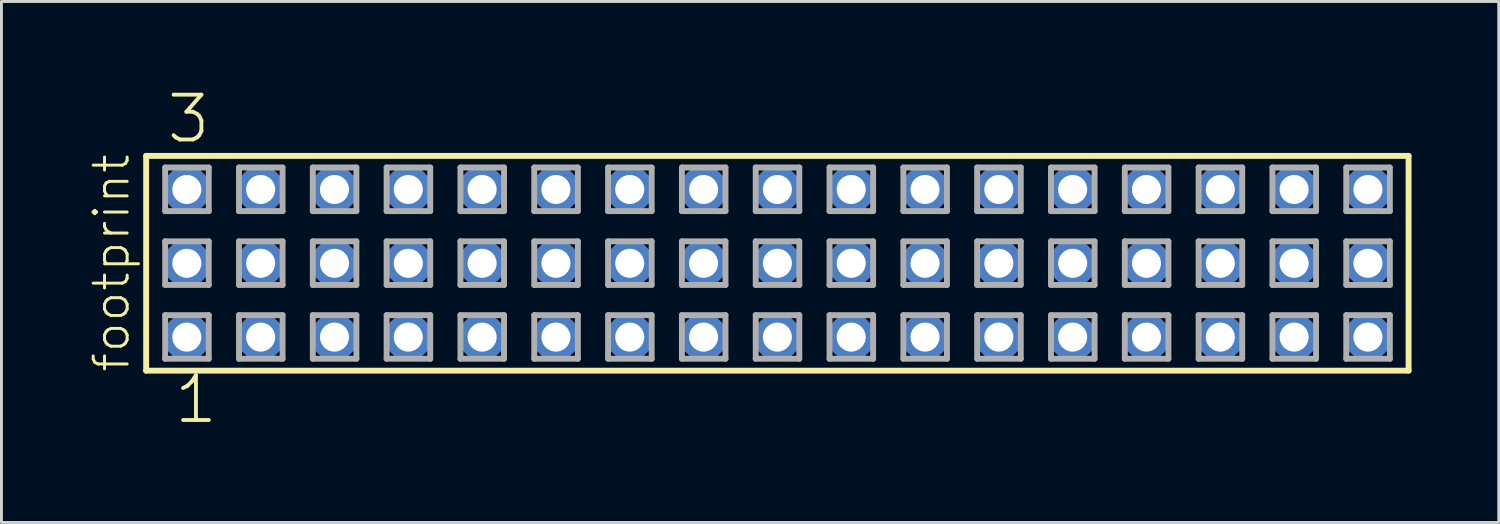
<source format=kicad_pcb>
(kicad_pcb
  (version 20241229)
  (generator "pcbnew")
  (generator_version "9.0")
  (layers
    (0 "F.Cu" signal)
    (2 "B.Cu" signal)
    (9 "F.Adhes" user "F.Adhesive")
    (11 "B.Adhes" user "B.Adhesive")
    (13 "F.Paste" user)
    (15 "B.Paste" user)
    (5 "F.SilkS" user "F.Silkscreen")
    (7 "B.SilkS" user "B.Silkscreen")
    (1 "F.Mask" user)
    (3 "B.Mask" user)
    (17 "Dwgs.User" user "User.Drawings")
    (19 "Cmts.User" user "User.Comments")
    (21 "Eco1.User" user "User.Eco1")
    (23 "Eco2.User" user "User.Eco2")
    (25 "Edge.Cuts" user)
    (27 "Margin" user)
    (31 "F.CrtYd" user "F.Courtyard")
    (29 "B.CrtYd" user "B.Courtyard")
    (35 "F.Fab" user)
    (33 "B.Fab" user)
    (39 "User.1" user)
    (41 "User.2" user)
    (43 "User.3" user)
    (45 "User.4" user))
  (footprint "footprint"
    (layer "F.Cu")
    (at 23.698 6.009)
    (property "Reference" "footprint" (at -22.225 3.81 90) (layer "F.SilkS") (effects (font (size 1.168 1.168) (thickness 0.102)) (justify left bottom)))
    (fp_line (start -21.719 -3.695) (end 21.719 -3.695) (stroke (width 0.203) (type solid)) (layer "F.SilkS"))
    (fp_line (start -21.719 3.695) (end -21.719 -3.695) (stroke (width 0.203) (type solid)) (layer "F.SilkS"))
    (fp_line (start 21.719 -3.695) (end 21.719 3.695) (stroke (width 0.203) (type solid)) (layer "F.SilkS"))
    (fp_line (start 21.719 3.695) (end -21.719 3.695) (stroke (width 0.203) (type solid)) (layer "F.SilkS"))
    (fp_line (start -21.065 -3.295) (end -19.565 -3.295) (stroke (width 0.203) (type solid)) (layer "F.Fab"))
    (fp_line (start -21.065 -1.795) (end -21.065 -3.295) (stroke (width 0.203) (type solid)) (layer "F.Fab"))
    (fp_line (start -21.065 -0.755) (end -19.565 -0.755) (stroke (width 0.203) (type solid)) (layer "F.Fab"))
    (fp_line (start -21.065 0.745) (end -21.065 -0.755) (stroke (width 0.203) (type solid)) (layer "F.Fab"))
    (fp_line (start -21.065 1.785) (end -19.565 1.785) (stroke (width 0.203) (type solid)) (layer "F.Fab"))
    (fp_line (start -21.065 3.285) (end -21.065 1.785) (stroke (width 0.203) (type solid)) (layer "F.Fab"))
    (fp_line (start -19.565 -3.295) (end -19.565 -1.795) (stroke (width 0.203) (type solid)) (layer "F.Fab"))
    (fp_line (start -19.565 -1.795) (end -21.065 -1.795) (stroke (width 0.203) (type solid)) (layer "F.Fab"))
    (fp_line (start -19.565 -0.755) (end -19.565 0.745) (stroke (width 0.203) (type solid)) (layer "F.Fab"))
    (fp_line (start -19.565 0.745) (end -21.065 0.745) (stroke (width 0.203) (type solid)) (layer "F.Fab"))
    (fp_line (start -19.565 1.785) (end -19.565 3.285) (stroke (width 0.203) (type solid)) (layer "F.Fab"))
    (fp_line (start -19.565 3.285) (end -21.065 3.285) (stroke (width 0.203) (type solid)) (layer "F.Fab"))
    (fp_line (start -18.525 -3.295) (end -17.025 -3.295) (stroke (width 0.203) (type solid)) (layer "F.Fab"))
    (fp_line (start -18.525 -1.795) (end -18.525 -3.295) (stroke (width 0.203) (type solid)) (layer "F.Fab"))
    (fp_line (start -18.525 -0.755) (end -17.025 -0.755) (stroke (width 0.203) (type solid)) (layer "F.Fab"))
    (fp_line (start -18.525 0.745) (end -18.525 -0.755) (stroke (width 0.203) (type solid)) (layer "F.Fab"))
    (fp_line (start -18.525 1.785) (end -17.025 1.785) (stroke (width 0.203) (type solid)) (layer "F.Fab"))
    (fp_line (start -18.525 3.285) (end -18.525 1.785) (stroke (width 0.203) (type solid)) (layer "F.Fab"))
    (fp_line (start -17.025 -3.295) (end -17.025 -1.795) (stroke (width 0.203) (type solid)) (layer "F.Fab"))
    (fp_line (start -17.025 -1.795) (end -18.525 -1.795) (stroke (width 0.203) (type solid)) (layer "F.Fab"))
    (fp_line (start -17.025 -0.755) (end -17.025 0.745) (stroke (width 0.203) (type solid)) (layer "F.Fab"))
    (fp_line (start -17.025 0.745) (end -18.525 0.745) (stroke (width 0.203) (type solid)) (layer "F.Fab"))
    (fp_line (start -17.025 1.785) (end -17.025 3.285) (stroke (width 0.203) (type solid)) (layer "F.Fab"))
    (fp_line (start -17.025 3.285) (end -18.525 3.285) (stroke (width 0.203) (type solid)) (layer "F.Fab"))
    (fp_line (start -15.985 -3.295) (end -14.485 -3.295) (stroke (width 0.203) (type solid)) (layer "F.Fab"))
    (fp_line (start -15.985 -1.795) (end -15.985 -3.295) (stroke (width 0.203) (type solid)) (layer "F.Fab"))
    (fp_line (start -15.985 -0.755) (end -14.485 -0.755) (stroke (width 0.203) (type solid)) (layer "F.Fab"))
    (fp_line (start -15.985 0.745) (end -15.985 -0.755) (stroke (width 0.203) (type solid)) (layer "F.Fab"))
    (fp_line (start -15.985 1.785) (end -14.485 1.785) (stroke (width 0.203) (type solid)) (layer "F.Fab"))
    (fp_line (start -15.985 3.285) (end -15.985 1.785) (stroke (width 0.203) (type solid)) (layer "F.Fab"))
    (fp_line (start -14.485 -3.295) (end -14.485 -1.795) (stroke (width 0.203) (type solid)) (layer "F.Fab"))
    (fp_line (start -14.485 -1.795) (end -15.985 -1.795) (stroke (width 0.203) (type solid)) (layer "F.Fab"))
    (fp_line (start -14.485 -0.755) (end -14.485 0.745) (stroke (width 0.203) (type solid)) (layer "F.Fab"))
    (fp_line (start -14.485 0.745) (end -15.985 0.745) (stroke (width 0.203) (type solid)) (layer "F.Fab"))
    (fp_line (start -14.485 1.785) (end -14.485 3.285) (stroke (width 0.203) (type solid)) (layer "F.Fab"))
    (fp_line (start -14.485 3.285) (end -15.985 3.285) (stroke (width 0.203) (type solid)) (layer "F.Fab"))
    (fp_line (start -13.445 -3.295) (end -11.945 -3.295) (stroke (width 0.203) (type solid)) (layer "F.Fab"))
    (fp_line (start -13.445 -1.795) (end -13.445 -3.295) (stroke (width 0.203) (type solid)) (layer "F.Fab"))
    (fp_line (start -13.445 -0.755) (end -11.945 -0.755) (stroke (width 0.203) (type solid)) (layer "F.Fab"))
    (fp_line (start -13.445 0.745) (end -13.445 -0.755) (stroke (width 0.203) (type solid)) (layer "F.Fab"))
    (fp_line (start -13.445 1.785) (end -11.945 1.785) (stroke (width 0.203) (type solid)) (layer "F.Fab"))
    (fp_line (start -13.445 3.285) (end -13.445 1.785) (stroke (width 0.203) (type solid)) (layer "F.Fab"))
    (fp_line (start -11.945 -3.295) (end -11.945 -1.795) (stroke (width 0.203) (type solid)) (layer "F.Fab"))
    (fp_line (start -11.945 -1.795) (end -13.445 -1.795) (stroke (width 0.203) (type solid)) (layer "F.Fab"))
    (fp_line (start -11.945 -0.755) (end -11.945 0.745) (stroke (width 0.203) (type solid)) (layer "F.Fab"))
    (fp_line (start -11.945 0.745) (end -13.445 0.745) (stroke (width 0.203) (type solid)) (layer "F.Fab"))
    (fp_line (start -11.945 1.785) (end -11.945 3.285) (stroke (width 0.203) (type solid)) (layer "F.Fab"))
    (fp_line (start -11.945 3.285) (end -13.445 3.285) (stroke (width 0.203) (type solid)) (layer "F.Fab"))
    (fp_line (start -10.905 -3.295) (end -9.405 -3.295) (stroke (width 0.203) (type solid)) (layer "F.Fab"))
    (fp_line (start -10.905 -1.795) (end -10.905 -3.295) (stroke (width 0.203) (type solid)) (layer "F.Fab"))
    (fp_line (start -10.905 -0.755) (end -9.405 -0.755) (stroke (width 0.203) (type solid)) (layer "F.Fab"))
    (fp_line (start -10.905 0.745) (end -10.905 -0.755) (stroke (width 0.203) (type solid)) (layer "F.Fab"))
    (fp_line (start -10.905 1.785) (end -9.405 1.785) (stroke (width 0.203) (type solid)) (layer "F.Fab"))
    (fp_line (start -10.905 3.285) (end -10.905 1.785) (stroke (width 0.203) (type solid)) (layer "F.Fab"))
    (fp_line (start -9.405 -3.295) (end -9.405 -1.795) (stroke (width 0.203) (type solid)) (layer "F.Fab"))
    (fp_line (start -9.405 -1.795) (end -10.905 -1.795) (stroke (width 0.203) (type solid)) (layer "F.Fab"))
    (fp_line (start -9.405 -0.755) (end -9.405 0.745) (stroke (width 0.203) (type solid)) (layer "F.Fab"))
    (fp_line (start -9.405 0.745) (end -10.905 0.745) (stroke (width 0.203) (type solid)) (layer "F.Fab"))
    (fp_line (start -9.405 1.785) (end -9.405 3.285) (stroke (width 0.203) (type solid)) (layer "F.Fab"))
    (fp_line (start -9.405 3.285) (end -10.905 3.285) (stroke (width 0.203) (type solid)) (layer "F.Fab"))
    (fp_line (start -8.365 -3.295) (end -6.865 -3.295) (stroke (width 0.203) (type solid)) (layer "F.Fab"))
    (fp_line (start -8.365 -1.795) (end -8.365 -3.295) (stroke (width 0.203) (type solid)) (layer "F.Fab"))
    (fp_line (start -8.365 -0.755) (end -6.865 -0.755) (stroke (width 0.203) (type solid)) (layer "F.Fab"))
    (fp_line (start -8.365 0.745) (end -8.365 -0.755) (stroke (width 0.203) (type solid)) (layer "F.Fab"))
    (fp_line (start -8.365 1.785) (end -6.865 1.785) (stroke (width 0.203) (type solid)) (layer "F.Fab"))
    (fp_line (start -8.365 3.285) (end -8.365 1.785) (stroke (width 0.203) (type solid)) (layer "F.Fab"))
    (fp_line (start -6.865 -3.295) (end -6.865 -1.795) (stroke (width 0.203) (type solid)) (layer "F.Fab"))
    (fp_line (start -6.865 -1.795) (end -8.365 -1.795) (stroke (width 0.203) (type solid)) (layer "F.Fab"))
    (fp_line (start -6.865 -0.755) (end -6.865 0.745) (stroke (width 0.203) (type solid)) (layer "F.Fab"))
    (fp_line (start -6.865 0.745) (end -8.365 0.745) (stroke (width 0.203) (type solid)) (layer "F.Fab"))
    (fp_line (start -6.865 1.785) (end -6.865 3.285) (stroke (width 0.203) (type solid)) (layer "F.Fab"))
    (fp_line (start -6.865 3.285) (end -8.365 3.285) (stroke (width 0.203) (type solid)) (layer "F.Fab"))
    (fp_line (start -5.825 -3.295) (end -4.325 -3.295) (stroke (width 0.203) (type solid)) (layer "F.Fab"))
    (fp_line (start -5.825 -1.795) (end -5.825 -3.295) (stroke (width 0.203) (type solid)) (layer "F.Fab"))
    (fp_line (start -5.825 -0.755) (end -4.325 -0.755) (stroke (width 0.203) (type solid)) (layer "F.Fab"))
    (fp_line (start -5.825 0.745) (end -5.825 -0.755) (stroke (width 0.203) (type solid)) (layer "F.Fab"))
    (fp_line (start -5.825 1.785) (end -4.325 1.785) (stroke (width 0.203) (type solid)) (layer "F.Fab"))
    (fp_line (start -5.825 3.285) (end -5.825 1.785) (stroke (width 0.203) (type solid)) (layer "F.Fab"))
    (fp_line (start -4.325 -3.295) (end -4.325 -1.795) (stroke (width 0.203) (type solid)) (layer "F.Fab"))
    (fp_line (start -4.325 -1.795) (end -5.825 -1.795) (stroke (width 0.203) (type solid)) (layer "F.Fab"))
    (fp_line (start -4.325 -0.755) (end -4.325 0.745) (stroke (width 0.203) (type solid)) (layer "F.Fab"))
    (fp_line (start -4.325 0.745) (end -5.825 0.745) (stroke (width 0.203) (type solid)) (layer "F.Fab"))
    (fp_line (start -4.325 1.785) (end -4.325 3.285) (stroke (width 0.203) (type solid)) (layer "F.Fab"))
    (fp_line (start -4.325 3.285) (end -5.825 3.285) (stroke (width 0.203) (type solid)) (layer "F.Fab"))
    (fp_line (start -3.285 -3.295) (end -1.785 -3.295) (stroke (width 0.203) (type solid)) (layer "F.Fab"))
    (fp_line (start -3.285 -1.795) (end -3.285 -3.295) (stroke (width 0.203) (type solid)) (layer "F.Fab"))
    (fp_line (start -3.285 -0.755) (end -1.785 -0.755) (stroke (width 0.203) (type solid)) (layer "F.Fab"))
    (fp_line (start -3.285 0.745) (end -3.285 -0.755) (stroke (width 0.203) (type solid)) (layer "F.Fab"))
    (fp_line (start -3.285 1.785) (end -1.785 1.785) (stroke (width 0.203) (type solid)) (layer "F.Fab"))
    (fp_line (start -3.285 3.285) (end -3.285 1.785) (stroke (width 0.203) (type solid)) (layer "F.Fab"))
    (fp_line (start -1.785 -3.295) (end -1.785 -1.795) (stroke (width 0.203) (type solid)) (layer "F.Fab"))
    (fp_line (start -1.785 -1.795) (end -3.285 -1.795) (stroke (width 0.203) (type solid)) (layer "F.Fab"))
    (fp_line (start -1.785 -0.755) (end -1.785 0.745) (stroke (width 0.203) (type solid)) (layer "F.Fab"))
    (fp_line (start -1.785 0.745) (end -3.285 0.745) (stroke (width 0.203) (type solid)) (layer "F.Fab"))
    (fp_line (start -1.785 1.785) (end -1.785 3.285) (stroke (width 0.203) (type solid)) (layer "F.Fab"))
    (fp_line (start -1.785 3.285) (end -3.285 3.285) (stroke (width 0.203) (type solid)) (layer "F.Fab"))
    (fp_line (start -0.745 -3.295) (end 0.755 -3.295) (stroke (width 0.203) (type solid)) (layer "F.Fab"))
    (fp_line (start -0.745 -1.795) (end -0.745 -3.295) (stroke (width 0.203) (type solid)) (layer "F.Fab"))
    (fp_line (start -0.745 -0.755) (end 0.755 -0.755) (stroke (width 0.203) (type solid)) (layer "F.Fab"))
    (fp_line (start -0.745 0.745) (end -0.745 -0.755) (stroke (width 0.203) (type solid)) (layer "F.Fab"))
    (fp_line (start -0.745 1.785) (end 0.755 1.785) (stroke (width 0.203) (type solid)) (layer "F.Fab"))
    (fp_line (start -0.745 3.285) (end -0.745 1.785) (stroke (width 0.203) (type solid)) (layer "F.Fab"))
    (fp_line (start 0.755 -3.295) (end 0.755 -1.795) (stroke (width 0.203) (type solid)) (layer "F.Fab"))
    (fp_line (start 0.755 -1.795) (end -0.745 -1.795) (stroke (width 0.203) (type solid)) (layer "F.Fab"))
    (fp_line (start 0.755 -0.755) (end 0.755 0.745) (stroke (width 0.203) (type solid)) (layer "F.Fab"))
    (fp_line (start 0.755 0.745) (end -0.745 0.745) (stroke (width 0.203) (type solid)) (layer "F.Fab"))
    (fp_line (start 0.755 1.785) (end 0.755 3.285) (stroke (width 0.203) (type solid)) (layer "F.Fab"))
    (fp_line (start 0.755 3.285) (end -0.745 3.285) (stroke (width 0.203) (type solid)) (layer "F.Fab"))
    (fp_line (start 1.795 -3.295) (end 3.295 -3.295) (stroke (width 0.203) (type solid)) (layer "F.Fab"))
    (fp_line (start 1.795 -1.795) (end 1.795 -3.295) (stroke (width 0.203) (type solid)) (layer "F.Fab"))
    (fp_line (start 1.795 -0.755) (end 3.295 -0.755) (stroke (width 0.203) (type solid)) (layer "F.Fab"))
    (fp_line (start 1.795 0.745) (end 1.795 -0.755) (stroke (width 0.203) (type solid)) (layer "F.Fab"))
    (fp_line (start 1.795 1.785) (end 3.295 1.785) (stroke (width 0.203) (type solid)) (layer "F.Fab"))
    (fp_line (start 1.795 3.285) (end 1.795 1.785) (stroke (width 0.203) (type solid)) (layer "F.Fab"))
    (fp_line (start 3.295 -3.295) (end 3.295 -1.795) (stroke (width 0.203) (type solid)) (layer "F.Fab"))
    (fp_line (start 3.295 -1.795) (end 1.795 -1.795) (stroke (width 0.203) (type solid)) (layer "F.Fab"))
    (fp_line (start 3.295 -0.755) (end 3.295 0.745) (stroke (width 0.203) (type solid)) (layer "F.Fab"))
    (fp_line (start 3.295 0.745) (end 1.795 0.745) (stroke (width 0.203) (type solid)) (layer "F.Fab"))
    (fp_line (start 3.295 1.785) (end 3.295 3.285) (stroke (width 0.203) (type solid)) (layer "F.Fab"))
    (fp_line (start 3.295 3.285) (end 1.795 3.285) (stroke (width 0.203) (type solid)) (layer "F.Fab"))
    (fp_line (start 4.335 -3.295) (end 5.835 -3.295) (stroke (width 0.203) (type solid)) (layer "F.Fab"))
    (fp_line (start 4.335 -1.795) (end 4.335 -3.295) (stroke (width 0.203) (type solid)) (layer "F.Fab"))
    (fp_line (start 4.335 -0.755) (end 5.835 -0.755) (stroke (width 0.203) (type solid)) (layer "F.Fab"))
    (fp_line (start 4.335 0.745) (end 4.335 -0.755) (stroke (width 0.203) (type solid)) (layer "F.Fab"))
    (fp_line (start 4.335 1.785) (end 5.835 1.785) (stroke (width 0.203) (type solid)) (layer "F.Fab"))
    (fp_line (start 4.335 3.285) (end 4.335 1.785) (stroke (width 0.203) (type solid)) (layer "F.Fab"))
    (fp_line (start 5.835 -3.295) (end 5.835 -1.795) (stroke (width 0.203) (type solid)) (layer "F.Fab"))
    (fp_line (start 5.835 -1.795) (end 4.335 -1.795) (stroke (width 0.203) (type solid)) (layer "F.Fab"))
    (fp_line (start 5.835 -0.755) (end 5.835 0.745) (stroke (width 0.203) (type solid)) (layer "F.Fab"))
    (fp_line (start 5.835 0.745) (end 4.335 0.745) (stroke (width 0.203) (type solid)) (layer "F.Fab"))
    (fp_line (start 5.835 1.785) (end 5.835 3.285) (stroke (width 0.203) (type solid)) (layer "F.Fab"))
    (fp_line (start 5.835 3.285) (end 4.335 3.285) (stroke (width 0.203) (type solid)) (layer "F.Fab"))
    (fp_line (start 6.875 -3.295) (end 8.375 -3.295) (stroke (width 0.203) (type solid)) (layer "F.Fab"))
    (fp_line (start 6.875 -1.795) (end 6.875 -3.295) (stroke (width 0.203) (type solid)) (layer "F.Fab"))
    (fp_line (start 6.875 -0.755) (end 8.375 -0.755) (stroke (width 0.203) (type solid)) (layer "F.Fab"))
    (fp_line (start 6.875 0.745) (end 6.875 -0.755) (stroke (width 0.203) (type solid)) (layer "F.Fab"))
    (fp_line (start 6.875 1.785) (end 8.375 1.785) (stroke (width 0.203) (type solid)) (layer "F.Fab"))
    (fp_line (start 6.875 3.285) (end 6.875 1.785) (stroke (width 0.203) (type solid)) (layer "F.Fab"))
    (fp_line (start 8.375 -3.295) (end 8.375 -1.795) (stroke (width 0.203) (type solid)) (layer "F.Fab"))
    (fp_line (start 8.375 -1.795) (end 6.875 -1.795) (stroke (width 0.203) (type solid)) (layer "F.Fab"))
    (fp_line (start 8.375 -0.755) (end 8.375 0.745) (stroke (width 0.203) (type solid)) (layer "F.Fab"))
    (fp_line (start 8.375 0.745) (end 6.875 0.745) (stroke (width 0.203) (type solid)) (layer "F.Fab"))
    (fp_line (start 8.375 1.785) (end 8.375 3.285) (stroke (width 0.203) (type solid)) (layer "F.Fab"))
    (fp_line (start 8.375 3.285) (end 6.875 3.285) (stroke (width 0.203) (type solid)) (layer "F.Fab"))
    (fp_line (start 9.415 -3.295) (end 10.915 -3.295) (stroke (width 0.203) (type solid)) (layer "F.Fab"))
    (fp_line (start 9.415 -1.795) (end 9.415 -3.295) (stroke (width 0.203) (type solid)) (layer "F.Fab"))
    (fp_line (start 9.415 -0.755) (end 10.915 -0.755) (stroke (width 0.203) (type solid)) (layer "F.Fab"))
    (fp_line (start 9.415 0.745) (end 9.415 -0.755) (stroke (width 0.203) (type solid)) (layer "F.Fab"))
    (fp_line (start 9.415 1.785) (end 10.915 1.785) (stroke (width 0.203) (type solid)) (layer "F.Fab"))
    (fp_line (start 9.415 3.285) (end 9.415 1.785) (stroke (width 0.203) (type solid)) (layer "F.Fab"))
    (fp_line (start 10.915 -3.295) (end 10.915 -1.795) (stroke (width 0.203) (type solid)) (layer "F.Fab"))
    (fp_line (start 10.915 -1.795) (end 9.415 -1.795) (stroke (width 0.203) (type solid)) (layer "F.Fab"))
    (fp_line (start 10.915 -0.755) (end 10.915 0.745) (stroke (width 0.203) (type solid)) (layer "F.Fab"))
    (fp_line (start 10.915 0.745) (end 9.415 0.745) (stroke (width 0.203) (type solid)) (layer "F.Fab"))
    (fp_line (start 10.915 1.785) (end 10.915 3.285) (stroke (width 0.203) (type solid)) (layer "F.Fab"))
    (fp_line (start 10.915 3.285) (end 9.415 3.285) (stroke (width 0.203) (type solid)) (layer "F.Fab"))
    (fp_line (start 11.955 -3.295) (end 13.455 -3.295) (stroke (width 0.203) (type solid)) (layer "F.Fab"))
    (fp_line (start 11.955 -1.795) (end 11.955 -3.295) (stroke (width 0.203) (type solid)) (layer "F.Fab"))
    (fp_line (start 11.955 -0.755) (end 13.455 -0.755) (stroke (width 0.203) (type solid)) (layer "F.Fab"))
    (fp_line (start 11.955 0.745) (end 11.955 -0.755) (stroke (width 0.203) (type solid)) (layer "F.Fab"))
    (fp_line (start 11.955 1.785) (end 13.455 1.785) (stroke (width 0.203) (type solid)) (layer "F.Fab"))
    (fp_line (start 11.955 3.285) (end 11.955 1.785) (stroke (width 0.203) (type solid)) (layer "F.Fab"))
    (fp_line (start 13.455 -3.295) (end 13.455 -1.795) (stroke (width 0.203) (type solid)) (layer "F.Fab"))
    (fp_line (start 13.455 -1.795) (end 11.955 -1.795) (stroke (width 0.203) (type solid)) (layer "F.Fab"))
    (fp_line (start 13.455 -0.755) (end 13.455 0.745) (stroke (width 0.203) (type solid)) (layer "F.Fab"))
    (fp_line (start 13.455 0.745) (end 11.955 0.745) (stroke (width 0.203) (type solid)) (layer "F.Fab"))
    (fp_line (start 13.455 1.785) (end 13.455 3.285) (stroke (width 0.203) (type solid)) (layer "F.Fab"))
    (fp_line (start 13.455 3.285) (end 11.955 3.285) (stroke (width 0.203) (type solid)) (layer "F.Fab"))
    (fp_line (start 14.495 -3.295) (end 15.995 -3.295) (stroke (width 0.203) (type solid)) (layer "F.Fab"))
    (fp_line (start 14.495 -1.795) (end 14.495 -3.295) (stroke (width 0.203) (type solid)) (layer "F.Fab"))
    (fp_line (start 14.495 -0.755) (end 15.995 -0.755) (stroke (width 0.203) (type solid)) (layer "F.Fab"))
    (fp_line (start 14.495 0.745) (end 14.495 -0.755) (stroke (width 0.203) (type solid)) (layer "F.Fab"))
    (fp_line (start 14.495 1.785) (end 15.995 1.785) (stroke (width 0.203) (type solid)) (layer "F.Fab"))
    (fp_line (start 14.495 3.285) (end 14.495 1.785) (stroke (width 0.203) (type solid)) (layer "F.Fab"))
    (fp_line (start 15.995 -3.295) (end 15.995 -1.795) (stroke (width 0.203) (type solid)) (layer "F.Fab"))
    (fp_line (start 15.995 -1.795) (end 14.495 -1.795) (stroke (width 0.203) (type solid)) (layer "F.Fab"))
    (fp_line (start 15.995 -0.755) (end 15.995 0.745) (stroke (width 0.203) (type solid)) (layer "F.Fab"))
    (fp_line (start 15.995 0.745) (end 14.495 0.745) (stroke (width 0.203) (type solid)) (layer "F.Fab"))
    (fp_line (start 15.995 1.785) (end 15.995 3.285) (stroke (width 0.203) (type solid)) (layer "F.Fab"))
    (fp_line (start 15.995 3.285) (end 14.495 3.285) (stroke (width 0.203) (type solid)) (layer "F.Fab"))
    (fp_line (start 17.035 -3.295) (end 18.535 -3.295) (stroke (width 0.203) (type solid)) (layer "F.Fab"))
    (fp_line (start 17.035 -1.795) (end 17.035 -3.295) (stroke (width 0.203) (type solid)) (layer "F.Fab"))
    (fp_line (start 17.035 -0.755) (end 18.535 -0.755) (stroke (width 0.203) (type solid)) (layer "F.Fab"))
    (fp_line (start 17.035 0.745) (end 17.035 -0.755) (stroke (width 0.203) (type solid)) (layer "F.Fab"))
    (fp_line (start 17.035 1.785) (end 18.535 1.785) (stroke (width 0.203) (type solid)) (layer "F.Fab"))
    (fp_line (start 17.035 3.285) (end 17.035 1.785) (stroke (width 0.203) (type solid)) (layer "F.Fab"))
    (fp_line (start 18.535 -3.295) (end 18.535 -1.795) (stroke (width 0.203) (type solid)) (layer "F.Fab"))
    (fp_line (start 18.535 -1.795) (end 17.035 -1.795) (stroke (width 0.203) (type solid)) (layer "F.Fab"))
    (fp_line (start 18.535 -0.755) (end 18.535 0.745) (stroke (width 0.203) (type solid)) (layer "F.Fab"))
    (fp_line (start 18.535 0.745) (end 17.035 0.745) (stroke (width 0.203) (type solid)) (layer "F.Fab"))
    (fp_line (start 18.535 1.785) (end 18.535 3.285) (stroke (width 0.203) (type solid)) (layer "F.Fab"))
    (fp_line (start 18.535 3.285) (end 17.035 3.285) (stroke (width 0.203) (type solid)) (layer "F.Fab"))
    (fp_line (start 19.575 -3.295) (end 21.075 -3.295) (stroke (width 0.203) (type solid)) (layer "F.Fab"))
    (fp_line (start 19.575 -1.795) (end 19.575 -3.295) (stroke (width 0.203) (type solid)) (layer "F.Fab"))
    (fp_line (start 19.575 -0.755) (end 21.075 -0.755) (stroke (width 0.203) (type solid)) (layer "F.Fab"))
    (fp_line (start 19.575 0.745) (end 19.575 -0.755) (stroke (width 0.203) (type solid)) (layer "F.Fab"))
    (fp_line (start 19.575 1.785) (end 21.075 1.785) (stroke (width 0.203) (type solid)) (layer "F.Fab"))
    (fp_line (start 19.575 3.285) (end 19.575 1.785) (stroke (width 0.203) (type solid)) (layer "F.Fab"))
    (fp_line (start 21.075 -3.295) (end 21.075 -1.795) (stroke (width 0.203) (type solid)) (layer "F.Fab"))
    (fp_line (start 21.075 -1.795) (end 19.575 -1.795) (stroke (width 0.203) (type solid)) (layer "F.Fab"))
    (fp_line (start 21.075 -0.755) (end 21.075 0.745) (stroke (width 0.203) (type solid)) (layer "F.Fab"))
    (fp_line (start 21.075 0.745) (end 19.575 0.745) (stroke (width 0.203) (type solid)) (layer "F.Fab"))
    (fp_line (start 21.075 1.785) (end 21.075 3.285) (stroke (width 0.203) (type solid)) (layer "F.Fab"))
    (fp_line (start 21.075 3.285) (end 19.575 3.285) (stroke (width 0.203) (type solid)) (layer "F.Fab"))
    (fp_text user "1" (at -20.828 5.588 0) (layer "F.SilkS") (effects (font (size 1.542 1.542) (thickness 0.134)) (justify left bottom)))
    (fp_text user "3" (at -21.082 -4.064 0) (layer "F.SilkS") (effects (font (size 1.542 1.542) (thickness 0.134)) (justify left bottom)))
    (pad "1" thru_hole roundrect (at -20.32 2.54) (size 1.5 1.5) (drill 1) (layers "*.Cu" "*.Mask") (roundrect_rratio 0.25) (chamfer_ratio 0.25) (chamfer top_left top_right bottom_left bottom_right))
    (pad "2" thru_hole roundrect (at -20.32 0) (size 1.5 1.5) (drill 1) (layers "*.Cu" "*.Mask") (roundrect_rratio 0.25) (chamfer_ratio 0.25) (chamfer top_left top_right bottom_left bottom_right))
    (pad "3" thru_hole roundrect (at -20.32 -2.54) (size 1.5 1.5) (drill 1) (layers "*.Cu" "*.Mask") (roundrect_rratio 0.25) (chamfer_ratio 0.25) (chamfer top_left top_right bottom_left bottom_right))
    (pad "4" thru_hole roundrect (at -17.78 2.54) (size 1.5 1.5) (drill 1) (layers "*.Cu" "*.Mask") (roundrect_rratio 0.25) (chamfer_ratio 0.25) (chamfer top_left top_right bottom_left bottom_right))
    (pad "5" thru_hole roundrect (at -17.78 0) (size 1.5 1.5) (drill 1) (layers "*.Cu" "*.Mask") (roundrect_rratio 0.25) (chamfer_ratio 0.25) (chamfer top_left top_right bottom_left bottom_right))
    (pad "6" thru_hole roundrect (at -17.78 -2.54) (size 1.5 1.5) (drill 1) (layers "*.Cu" "*.Mask") (roundrect_rratio 0.25) (chamfer_ratio 0.25) (chamfer top_left top_right bottom_left bottom_right))
    (pad "7" thru_hole roundrect (at -15.24 2.54) (size 1.5 1.5) (drill 1) (layers "*.Cu" "*.Mask") (roundrect_rratio 0.25) (chamfer_ratio 0.25) (chamfer top_left top_right bottom_left bottom_right))
    (pad "8" thru_hole roundrect (at -15.24 0) (size 1.5 1.5) (drill 1) (layers "*.Cu" "*.Mask") (roundrect_rratio 0.25) (chamfer_ratio 0.25) (chamfer top_left top_right bottom_left bottom_right))
    (pad "9" thru_hole roundrect (at -15.24 -2.54) (size 1.5 1.5) (drill 1) (layers "*.Cu" "*.Mask") (roundrect_rratio 0.25) (chamfer_ratio 0.25) (chamfer top_left top_right bottom_left bottom_right))
    (pad "10" thru_hole roundrect (at -12.7 2.54) (size 1.5 1.5) (drill 1) (layers "*.Cu" "*.Mask") (roundrect_rratio 0.25) (chamfer_ratio 0.25) (chamfer top_left top_right bottom_left bottom_right))
    (pad "11" thru_hole roundrect (at -12.7 0) (size 1.5 1.5) (drill 1) (layers "*.Cu" "*.Mask") (roundrect_rratio 0.25) (chamfer_ratio 0.25) (chamfer top_left top_right bottom_left bottom_right))
    (pad "12" thru_hole roundrect (at -12.7 -2.54) (size 1.5 1.5) (drill 1) (layers "*.Cu" "*.Mask") (roundrect_rratio 0.25) (chamfer_ratio 0.25) (chamfer top_left top_right bottom_left bottom_right))
    (pad "13" thru_hole roundrect (at -10.16 2.54) (size 1.5 1.5) (drill 1) (layers "*.Cu" "*.Mask") (roundrect_rratio 0.25) (chamfer_ratio 0.25) (chamfer top_left top_right bottom_left bottom_right))
    (pad "14" thru_hole roundrect (at -10.16 0) (size 1.5 1.5) (drill 1) (layers "*.Cu" "*.Mask") (roundrect_rratio 0.25) (chamfer_ratio 0.25) (chamfer top_left top_right bottom_left bottom_right))
    (pad "15" thru_hole roundrect (at -10.16 -2.54) (size 1.5 1.5) (drill 1) (layers "*.Cu" "*.Mask") (roundrect_rratio 0.25) (chamfer_ratio 0.25) (chamfer top_left top_right bottom_left bottom_right))
    (pad "16" thru_hole roundrect (at -7.62 2.54) (size 1.5 1.5) (drill 1) (layers "*.Cu" "*.Mask") (roundrect_rratio 0.25) (chamfer_ratio 0.25) (chamfer top_left top_right bottom_left bottom_right))
    (pad "17" thru_hole roundrect (at -7.62 0) (size 1.5 1.5) (drill 1) (layers "*.Cu" "*.Mask") (roundrect_rratio 0.25) (chamfer_ratio 0.25) (chamfer top_left top_right bottom_left bottom_right))
    (pad "18" thru_hole roundrect (at -7.62 -2.54) (size 1.5 1.5) (drill 1) (layers "*.Cu" "*.Mask") (roundrect_rratio 0.25) (chamfer_ratio 0.25) (chamfer top_left top_right bottom_left bottom_right))
    (pad "19" thru_hole roundrect (at -5.08 2.54) (size 1.5 1.5) (drill 1) (layers "*.Cu" "*.Mask") (roundrect_rratio 0.25) (chamfer_ratio 0.25) (chamfer top_left top_right bottom_left bottom_right))
    (pad "20" thru_hole roundrect (at -5.08 0) (size 1.5 1.5) (drill 1) (layers "*.Cu" "*.Mask") (roundrect_rratio 0.25) (chamfer_ratio 0.25) (chamfer top_left top_right bottom_left bottom_right))
    (pad "21" thru_hole roundrect (at -5.08 -2.54) (size 1.5 1.5) (drill 1) (layers "*.Cu" "*.Mask") (roundrect_rratio 0.25) (chamfer_ratio 0.25) (chamfer top_left top_right bottom_left bottom_right))
    (pad "22" thru_hole roundrect (at -2.54 2.54) (size 1.5 1.5) (drill 1) (layers "*.Cu" "*.Mask") (roundrect_rratio 0.25) (chamfer_ratio 0.25) (chamfer top_left top_right bottom_left bottom_right))
    (pad "23" thru_hole roundrect (at -2.54 0) (size 1.5 1.5) (drill 1) (layers "*.Cu" "*.Mask") (roundrect_rratio 0.25) (chamfer_ratio 0.25) (chamfer top_left top_right bottom_left bottom_right))
    (pad "24" thru_hole roundrect (at -2.54 -2.54) (size 1.5 1.5) (drill 1) (layers "*.Cu" "*.Mask") (roundrect_rratio 0.25) (chamfer_ratio 0.25) (chamfer top_left top_right bottom_left bottom_right))
    (pad "25" thru_hole roundrect (at 0 2.54) (size 1.5 1.5) (drill 1) (layers "*.Cu" "*.Mask") (roundrect_rratio 0.25) (chamfer_ratio 0.25) (chamfer top_left top_right bottom_left bottom_right))
    (pad "26" thru_hole roundrect (at 0 0) (size 1.5 1.5) (drill 1) (layers "*.Cu" "*.Mask") (roundrect_rratio 0.25) (chamfer_ratio 0.25) (chamfer top_left top_right bottom_left bottom_right))
    (pad "27" thru_hole roundrect (at 0 -2.54) (size 1.5 1.5) (drill 1) (layers "*.Cu" "*.Mask") (roundrect_rratio 0.25) (chamfer_ratio 0.25) (chamfer top_left top_right bottom_left bottom_right))
    (pad "28" thru_hole roundrect (at 2.54 2.54) (size 1.5 1.5) (drill 1) (layers "*.Cu" "*.Mask") (roundrect_rratio 0.25) (chamfer_ratio 0.25) (chamfer top_left top_right bottom_left bottom_right))
    (pad "29" thru_hole roundrect (at 2.54 0) (size 1.5 1.5) (drill 1) (layers "*.Cu" "*.Mask") (roundrect_rratio 0.25) (chamfer_ratio 0.25) (chamfer top_left top_right bottom_left bottom_right))
    (pad "30" thru_hole roundrect (at 2.54 -2.54) (size 1.5 1.5) (drill 1) (layers "*.Cu" "*.Mask") (roundrect_rratio 0.25) (chamfer_ratio 0.25) (chamfer top_left top_right bottom_left bottom_right))
    (pad "31" thru_hole roundrect (at 5.08 2.54) (size 1.5 1.5) (drill 1) (layers "*.Cu" "*.Mask") (roundrect_rratio 0.25) (chamfer_ratio 0.25) (chamfer top_left top_right bottom_left bottom_right))
    (pad "32" thru_hole roundrect (at 5.08 0) (size 1.5 1.5) (drill 1) (layers "*.Cu" "*.Mask") (roundrect_rratio 0.25) (chamfer_ratio 0.25) (chamfer top_left top_right bottom_left bottom_right))
    (pad "33" thru_hole roundrect (at 5.08 -2.54) (size 1.5 1.5) (drill 1) (layers "*.Cu" "*.Mask") (roundrect_rratio 0.25) (chamfer_ratio 0.25) (chamfer top_left top_right bottom_left bottom_right))
    (pad "34" thru_hole roundrect (at 7.62 2.54) (size 1.5 1.5) (drill 1) (layers "*.Cu" "*.Mask") (roundrect_rratio 0.25) (chamfer_ratio 0.25) (chamfer top_left top_right bottom_left bottom_right))
    (pad "35" thru_hole roundrect (at 7.62 0) (size 1.5 1.5) (drill 1) (layers "*.Cu" "*.Mask") (roundrect_rratio 0.25) (chamfer_ratio 0.25) (chamfer top_left top_right bottom_left bottom_right))
    (pad "36" thru_hole roundrect (at 7.62 -2.54) (size 1.5 1.5) (drill 1) (layers "*.Cu" "*.Mask") (roundrect_rratio 0.25) (chamfer_ratio 0.25) (chamfer top_left top_right bottom_left bottom_right))
    (pad "37" thru_hole roundrect (at 10.16 2.54) (size 1.5 1.5) (drill 1) (layers "*.Cu" "*.Mask") (roundrect_rratio 0.25) (chamfer_ratio 0.25) (chamfer top_left top_right bottom_left bottom_right))
    (pad "38" thru_hole roundrect (at 10.16 0) (size 1.5 1.5) (drill 1) (layers "*.Cu" "*.Mask") (roundrect_rratio 0.25) (chamfer_ratio 0.25) (chamfer top_left top_right bottom_left bottom_right))
    (pad "39" thru_hole roundrect (at 10.16 -2.54) (size 1.5 1.5) (drill 1) (layers "*.Cu" "*.Mask") (roundrect_rratio 0.25) (chamfer_ratio 0.25) (chamfer top_left top_right bottom_left bottom_right))
    (pad "40" thru_hole roundrect (at 12.7 2.54) (size 1.5 1.5) (drill 1) (layers "*.Cu" "*.Mask") (roundrect_rratio 0.25) (chamfer_ratio 0.25) (chamfer top_left top_right bottom_left bottom_right))
    (pad "41" thru_hole roundrect (at 12.7 0) (size 1.5 1.5) (drill 1) (layers "*.Cu" "*.Mask") (roundrect_rratio 0.25) (chamfer_ratio 0.25) (chamfer top_left top_right bottom_left bottom_right))
    (pad "42" thru_hole roundrect (at 12.7 -2.54) (size 1.5 1.5) (drill 1) (layers "*.Cu" "*.Mask") (roundrect_rratio 0.25) (chamfer_ratio 0.25) (chamfer top_left top_right bottom_left bottom_right))
    (pad "43" thru_hole roundrect (at 15.24 2.54) (size 1.5 1.5) (drill 1) (layers "*.Cu" "*.Mask") (roundrect_rratio 0.25) (chamfer_ratio 0.25) (chamfer top_left top_right bottom_left bottom_right))
    (pad "44" thru_hole roundrect (at 15.24 0) (size 1.5 1.5) (drill 1) (layers "*.Cu" "*.Mask") (roundrect_rratio 0.25) (chamfer_ratio 0.25) (chamfer top_left top_right bottom_left bottom_right))
    (pad "45" thru_hole roundrect (at 15.24 -2.54) (size 1.5 1.5) (drill 1) (layers "*.Cu" "*.Mask") (roundrect_rratio 0.25) (chamfer_ratio 0.25) (chamfer top_left top_right bottom_left bottom_right))
    (pad "46" thru_hole roundrect (at 17.78 2.54) (size 1.5 1.5) (drill 1) (layers "*.Cu" "*.Mask") (roundrect_rratio 0.25) (chamfer_ratio 0.25) (chamfer top_left top_right bottom_left bottom_right))
    (pad "47" thru_hole roundrect (at 17.78 0) (size 1.5 1.5) (drill 1) (layers "*.Cu" "*.Mask") (roundrect_rratio 0.25) (chamfer_ratio 0.25) (chamfer top_left top_right bottom_left bottom_right))
    (pad "48" thru_hole roundrect (at 17.78 -2.54) (size 1.5 1.5) (drill 1) (layers "*.Cu" "*.Mask") (roundrect_rratio 0.25) (chamfer_ratio 0.25) (chamfer top_left top_right bottom_left bottom_right))
    (pad "49" thru_hole roundrect (at 20.32 2.54) (size 1.5 1.5) (drill 1) (layers "*.Cu" "*.Mask") (roundrect_rratio 0.25) (chamfer_ratio 0.25) (chamfer top_left top_right bottom_left bottom_right))
    (pad "50" thru_hole roundrect (at 20.32 0) (size 1.5 1.5) (drill 1) (layers "*.Cu" "*.Mask") (roundrect_rratio 0.25) (chamfer_ratio 0.25) (chamfer top_left top_right bottom_left bottom_right))
    (pad "51" thru_hole roundrect (at 20.32 -2.54) (size 1.5 1.5) (drill 1) (layers "*.Cu" "*.Mask") (roundrect_rratio 0.25) (chamfer_ratio 0.25) (chamfer top_left top_right bottom_left bottom_right)))
  (gr_rect
    (start -3 -3)
    (end 48.519 14.927)
    (stroke (width 0.1) (type default))
    (fill no)
    (layer "Edge.Cuts")))
</source>
